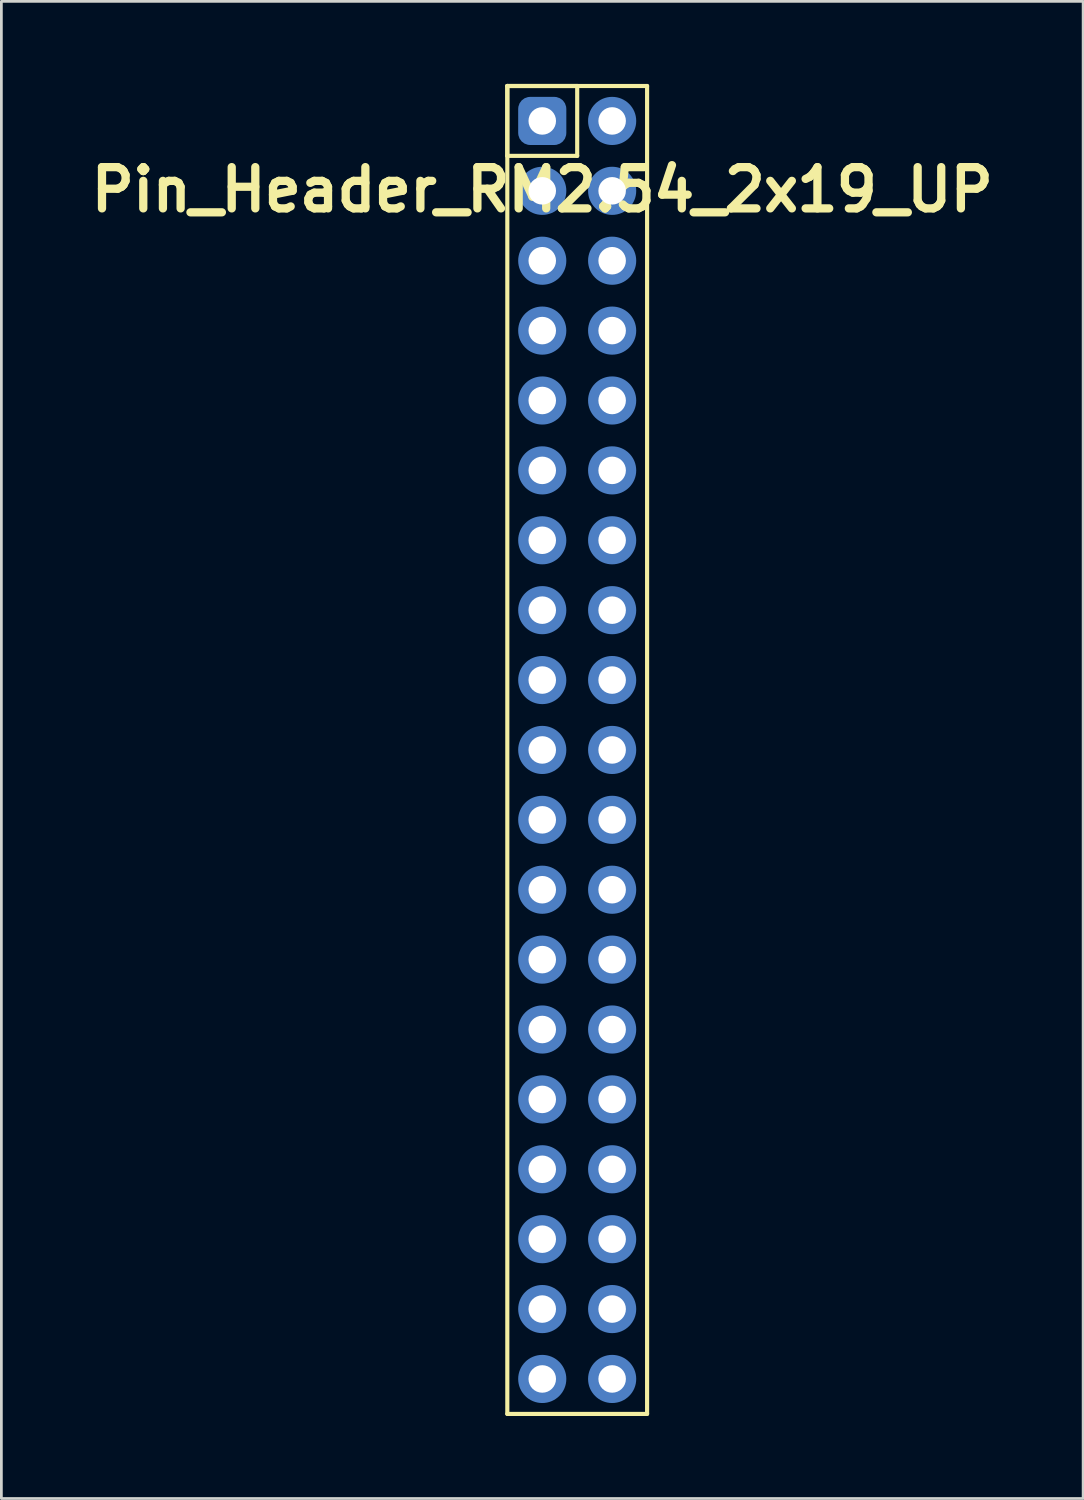
<source format=kicad_pcb>
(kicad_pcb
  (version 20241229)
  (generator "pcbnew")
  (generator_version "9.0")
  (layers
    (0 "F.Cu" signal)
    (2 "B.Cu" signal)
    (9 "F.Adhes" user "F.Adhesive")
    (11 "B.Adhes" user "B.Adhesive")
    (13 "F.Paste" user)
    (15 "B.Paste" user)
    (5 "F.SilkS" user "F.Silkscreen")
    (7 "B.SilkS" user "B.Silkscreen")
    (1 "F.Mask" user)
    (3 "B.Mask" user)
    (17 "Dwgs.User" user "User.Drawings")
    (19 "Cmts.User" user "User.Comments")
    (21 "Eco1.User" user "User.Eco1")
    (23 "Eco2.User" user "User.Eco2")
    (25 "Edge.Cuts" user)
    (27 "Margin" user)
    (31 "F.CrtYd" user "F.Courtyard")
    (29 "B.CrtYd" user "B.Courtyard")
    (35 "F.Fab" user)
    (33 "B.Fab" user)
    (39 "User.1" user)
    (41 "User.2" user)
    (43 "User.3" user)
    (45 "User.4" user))
  (footprint "Pin_Header_RM2.54_2x19_UP"
    (layer "F.Cu")
    (at 16.657 1.345)
    (property "Reference" "Pin_Header_RM2.54_2x19_UP" (at 0 2.5 0) (layer "F.SilkS") (effects (font (size 1.5 1.5) (thickness 0.3))))
    (attr through_hole)
    (fp_line (start -1.27 -1.27) (end 1.27 -1.27) (stroke (width 0.15) (type solid)) (layer "F.SilkS"))
    (fp_line (start -1.27 -1.27) (end 3.81 -1.27) (stroke (width 0.15) (type solid)) (layer "F.SilkS"))
    (fp_line (start -1.27 1.27) (end -1.27 -1.27) (stroke (width 0.15) (type solid)) (layer "F.SilkS"))
    (fp_line (start -1.27 46.99) (end -1.27 -1.27) (stroke (width 0.15) (type solid)) (layer "F.SilkS"))
    (fp_line (start 1.27 -1.27) (end 1.27 1.27) (stroke (width 0.15) (type solid)) (layer "F.SilkS"))
    (fp_line (start 1.27 1.27) (end -1.27 1.27) (stroke (width 0.15) (type solid)) (layer "F.SilkS"))
    (fp_line (start 3.81 -1.27) (end 3.81 46.99) (stroke (width 0.15) (type solid)) (layer "F.SilkS"))
    (fp_line (start 3.81 46.99) (end -1.27 46.99) (stroke (width 0.15) (type solid)) (layer "F.SilkS"))
    (pad "1" thru_hole circle (at 0 0) (size 1.3 1.3) (drill 1) (layers "*.Cu" "*.Mask"))
    (pad "1" smd roundrect (at 0 0) (size 1.5 1.5) (layers "F.Cu" "F.Mask") (roundrect_rratio 0.25))
    (pad "1" smd roundrect (at 0 0) (size 1.75 1.75) (layers "B.Cu" "B.Mask") (roundrect_rratio 0.25))
    (pad "2" thru_hole circle (at 2.54 0) (size 1.3 1.3) (drill 1) (layers "*.Cu" "*.Mask"))
    (pad "2" smd circle (at 2.54 0) (size 1.5 1.5) (layers "F.Cu" "F.Mask"))
    (pad "2" smd circle (at 2.54 0) (size 1.75 1.75) (layers "B.Cu" "B.Mask"))
    (pad "3" thru_hole circle (at 0 2.54) (size 1.3 1.3) (drill 1) (layers "*.Cu" "*.Mask"))
    (pad "3" smd circle (at 0 2.54) (size 1.5 1.5) (layers "F.Cu" "F.Mask"))
    (pad "3" smd circle (at 0 2.54) (size 1.75 1.75) (layers "B.Cu" "B.Mask"))
    (pad "4" thru_hole circle (at 2.54 2.54) (size 1.3 1.3) (drill 1) (layers "*.Cu" "*.Mask"))
    (pad "4" smd circle (at 2.54 2.54) (size 1.5 1.5) (layers "F.Cu" "F.Mask"))
    (pad "4" smd circle (at 2.54 2.54) (size 1.75 1.75) (layers "B.Cu" "B.Mask"))
    (pad "5" thru_hole circle (at 0 5.08) (size 1.3 1.3) (drill 1) (layers "*.Cu" "*.Mask"))
    (pad "5" smd circle (at 0 5.08) (size 1.5 1.5) (layers "F.Cu" "F.Mask"))
    (pad "5" smd circle (at 0 5.08) (size 1.75 1.75) (layers "B.Cu" "B.Mask"))
    (pad "6" thru_hole circle (at 2.54 5.08) (size 1.3 1.3) (drill 1) (layers "*.Cu" "*.Mask"))
    (pad "6" smd circle (at 2.54 5.08) (size 1.5 1.5) (layers "F.Cu" "F.Mask"))
    (pad "6" smd circle (at 2.54 5.08) (size 1.75 1.75) (layers "B.Cu" "B.Mask"))
    (pad "7" thru_hole circle (at 0 7.62) (size 1.3 1.3) (drill 1) (layers "*.Cu" "*.Mask"))
    (pad "7" smd circle (at 0 7.62) (size 1.5 1.5) (layers "F.Cu" "F.Mask"))
    (pad "7" smd circle (at 0 7.62) (size 1.75 1.75) (layers "B.Cu" "B.Mask"))
    (pad "8" thru_hole circle (at 2.54 7.62) (size 1.3 1.3) (drill 1) (layers "*.Cu" "*.Mask"))
    (pad "8" smd circle (at 2.54 7.62) (size 1.5 1.5) (layers "F.Cu" "F.Mask"))
    (pad "8" smd circle (at 2.54 7.62) (size 1.75 1.75) (layers "B.Cu" "B.Mask"))
    (pad "9" thru_hole circle (at 0 10.16) (size 1.3 1.3) (drill 1) (layers "*.Cu" "*.Mask"))
    (pad "9" smd circle (at 0 10.16) (size 1.5 1.5) (layers "F.Cu" "F.Mask"))
    (pad "9" smd circle (at 0 10.16) (size 1.75 1.75) (layers "B.Cu" "B.Mask"))
    (pad "10" thru_hole circle (at 2.54 10.16) (size 1.3 1.3) (drill 1) (layers "*.Cu" "*.Mask"))
    (pad "10" smd circle (at 2.54 10.16) (size 1.5 1.5) (layers "F.Cu" "F.Mask"))
    (pad "10" smd circle (at 2.54 10.16) (size 1.75 1.75) (layers "B.Cu" "B.Mask"))
    (pad "11" thru_hole circle (at 0 12.7) (size 1.3 1.3) (drill 1) (layers "*.Cu" "*.Mask"))
    (pad "11" smd circle (at 0 12.7) (size 1.5 1.5) (layers "F.Cu" "F.Mask"))
    (pad "11" smd circle (at 0 12.7) (size 1.75 1.75) (layers "B.Cu" "B.Mask"))
    (pad "12" thru_hole circle (at 2.54 12.7) (size 1.3 1.3) (drill 1) (layers "*.Cu" "*.Mask"))
    (pad "12" smd circle (at 2.54 12.7) (size 1.5 1.5) (layers "F.Cu" "F.Mask"))
    (pad "12" smd circle (at 2.54 12.7) (size 1.75 1.75) (layers "B.Cu" "B.Mask"))
    (pad "13" thru_hole circle (at 0 15.24) (size 1.3 1.3) (drill 1) (layers "*.Cu" "*.Mask"))
    (pad "13" smd circle (at 0 15.24) (size 1.5 1.5) (layers "F.Cu" "F.Mask"))
    (pad "13" smd circle (at 0 15.24) (size 1.75 1.75) (layers "B.Cu" "B.Mask"))
    (pad "14" thru_hole circle (at 2.54 15.24) (size 1.3 1.3) (drill 1) (layers "*.Cu" "*.Mask"))
    (pad "14" smd circle (at 2.54 15.24) (size 1.5 1.5) (layers "F.Cu" "F.Mask"))
    (pad "14" smd circle (at 2.54 15.24) (size 1.75 1.75) (layers "B.Cu" "B.Mask"))
    (pad "15" thru_hole circle (at 0 17.78) (size 1.3 1.3) (drill 1) (layers "*.Cu" "*.Mask"))
    (pad "15" smd circle (at 0 17.78) (size 1.5 1.5) (layers "F.Cu" "F.Mask"))
    (pad "15" smd circle (at 0 17.78) (size 1.75 1.75) (layers "B.Cu" "B.Mask"))
    (pad "16" thru_hole circle (at 2.54 17.78) (size 1.3 1.3) (drill 1) (layers "*.Cu" "*.Mask"))
    (pad "16" smd circle (at 2.54 17.78) (size 1.5 1.5) (layers "F.Cu" "F.Mask"))
    (pad "16" smd circle (at 2.54 17.78) (size 1.75 1.75) (layers "B.Cu" "B.Mask"))
    (pad "17" thru_hole circle (at 0 20.32) (size 1.3 1.3) (drill 1) (layers "*.Cu" "*.Mask"))
    (pad "17" smd circle (at 0 20.32) (size 1.5 1.5) (layers "F.Cu" "F.Mask"))
    (pad "17" smd circle (at 0 20.32) (size 1.75 1.75) (layers "B.Cu" "B.Mask"))
    (pad "18" thru_hole circle (at 2.54 20.32) (size 1.3 1.3) (drill 1) (layers "*.Cu" "*.Mask"))
    (pad "18" smd circle (at 2.54 20.32) (size 1.5 1.5) (layers "F.Cu" "F.Mask"))
    (pad "18" smd circle (at 2.54 20.32) (size 1.75 1.75) (layers "B.Cu" "B.Mask"))
    (pad "19" thru_hole circle (at 0 22.86) (size 1.3 1.3) (drill 1) (layers "*.Cu" "*.Mask"))
    (pad "19" smd circle (at 0 22.86) (size 1.5 1.5) (layers "F.Cu" "F.Mask"))
    (pad "19" smd circle (at 0 22.86) (size 1.75 1.75) (layers "B.Cu" "B.Mask"))
    (pad "20" thru_hole circle (at 2.54 22.86) (size 1.3 1.3) (drill 1) (layers "*.Cu" "*.Mask"))
    (pad "20" smd circle (at 2.54 22.86) (size 1.5 1.5) (layers "F.Cu" "F.Mask"))
    (pad "20" smd circle (at 2.54 22.86) (size 1.75 1.75) (layers "B.Cu" "B.Mask"))
    (pad "21" thru_hole circle (at 0 25.4) (size 1.3 1.3) (drill 1) (layers "*.Cu" "*.Mask"))
    (pad "21" smd circle (at 0 25.4) (size 1.5 1.5) (layers "F.Cu" "F.Mask"))
    (pad "21" smd circle (at 0 25.4) (size 1.75 1.75) (layers "B.Cu" "B.Mask"))
    (pad "22" thru_hole circle (at 2.54 25.4) (size 1.3 1.3) (drill 1) (layers "*.Cu" "*.Mask"))
    (pad "22" smd circle (at 2.54 25.4) (size 1.5 1.5) (layers "F.Cu" "F.Mask"))
    (pad "22" smd circle (at 2.54 25.4) (size 1.75 1.75) (layers "B.Cu" "B.Mask"))
    (pad "23" thru_hole circle (at 0 27.94) (size 1.3 1.3) (drill 1) (layers "*.Cu" "*.Mask"))
    (pad "23" smd circle (at 0 27.94) (size 1.5 1.5) (layers "F.Cu" "F.Mask"))
    (pad "23" smd circle (at 0 27.94) (size 1.75 1.75) (layers "B.Cu" "B.Mask"))
    (pad "24" thru_hole circle (at 2.54 27.94) (size 1.3 1.3) (drill 1) (layers "*.Cu" "*.Mask"))
    (pad "24" smd circle (at 2.54 27.94) (size 1.5 1.5) (layers "F.Cu" "F.Mask"))
    (pad "24" smd circle (at 2.54 27.94) (size 1.75 1.75) (layers "B.Cu" "B.Mask"))
    (pad "25" thru_hole circle (at 0 30.48) (size 1.3 1.3) (drill 1) (layers "*.Cu" "*.Mask"))
    (pad "25" smd circle (at 0 30.48) (size 1.5 1.5) (layers "F.Cu" "F.Mask"))
    (pad "25" smd circle (at 0 30.48) (size 1.75 1.75) (layers "B.Cu" "B.Mask"))
    (pad "26" thru_hole circle (at 2.54 30.48) (size 1.3 1.3) (drill 1) (layers "*.Cu" "*.Mask"))
    (pad "26" smd circle (at 2.54 30.48) (size 1.5 1.5) (layers "F.Cu" "F.Mask"))
    (pad "26" smd circle (at 2.54 30.48) (size 1.75 1.75) (layers "B.Cu" "B.Mask"))
    (pad "27" thru_hole circle (at 0 33.02) (size 1.3 1.3) (drill 1) (layers "*.Cu" "*.Mask"))
    (pad "27" smd circle (at 0 33.02) (size 1.5 1.5) (layers "F.Cu" "F.Mask"))
    (pad "27" smd circle (at 0 33.02) (size 1.75 1.75) (layers "B.Cu" "B.Mask"))
    (pad "28" thru_hole circle (at 2.54 33.02) (size 1.3 1.3) (drill 1) (layers "*.Cu" "*.Mask"))
    (pad "28" smd circle (at 2.54 33.02) (size 1.5 1.5) (layers "F.Cu" "F.Mask"))
    (pad "28" smd circle (at 2.54 33.02) (size 1.75 1.75) (layers "B.Cu" "B.Mask"))
    (pad "29" thru_hole circle (at 0 35.56) (size 1.3 1.3) (drill 1) (layers "*.Cu" "*.Mask"))
    (pad "29" smd circle (at 0 35.56) (size 1.5 1.5) (layers "F.Cu" "F.Mask"))
    (pad "29" smd circle (at 0 35.56) (size 1.75 1.75) (layers "B.Cu" "B.Mask"))
    (pad "30" thru_hole circle (at 2.54 35.56) (size 1.3 1.3) (drill 1) (layers "*.Cu" "*.Mask"))
    (pad "30" smd circle (at 2.54 35.56) (size 1.5 1.5) (layers "F.Cu" "F.Mask"))
    (pad "30" smd circle (at 2.54 35.56) (size 1.75 1.75) (layers "B.Cu" "B.Mask"))
    (pad "31" thru_hole circle (at 0 38.1) (size 1.3 1.3) (drill 1) (layers "*.Cu" "*.Mask"))
    (pad "31" smd circle (at 0 38.1) (size 1.5 1.5) (layers "F.Cu" "F.Mask"))
    (pad "31" smd circle (at 0 38.1) (size 1.75 1.75) (layers "B.Cu" "B.Mask"))
    (pad "32" thru_hole circle (at 2.54 38.1) (size 1.3 1.3) (drill 1) (layers "*.Cu" "*.Mask"))
    (pad "32" smd circle (at 2.54 38.1) (size 1.5 1.5) (layers "F.Cu" "F.Mask"))
    (pad "32" smd circle (at 2.54 38.1) (size 1.75 1.75) (layers "B.Cu" "B.Mask"))
    (pad "33" thru_hole circle (at 0 40.64) (size 1.3 1.3) (drill 1) (layers "*.Cu" "*.Mask"))
    (pad "33" smd circle (at 0 40.64) (size 1.5 1.5) (layers "F.Cu" "F.Mask"))
    (pad "33" smd circle (at 0 40.64) (size 1.75 1.75) (layers "B.Cu" "B.Mask"))
    (pad "34" thru_hole circle (at 2.54 40.64) (size 1.3 1.3) (drill 1) (layers "*.Cu" "*.Mask"))
    (pad "34" smd circle (at 2.54 40.64) (size 1.5 1.5) (layers "F.Cu" "F.Mask"))
    (pad "34" smd circle (at 2.54 40.64) (size 1.75 1.75) (layers "B.Cu" "B.Mask"))
    (pad "35" thru_hole circle (at 0 43.18) (size 1.3 1.3) (drill 1) (layers "*.Cu" "*.Mask"))
    (pad "35" smd circle (at 0 43.18) (size 1.5 1.5) (layers "F.Cu" "F.Mask"))
    (pad "35" smd circle (at 0 43.18) (size 1.75 1.75) (layers "B.Cu" "B.Mask"))
    (pad "36" thru_hole circle (at 2.54 43.18) (size 1.3 1.3) (drill 1) (layers "*.Cu" "*.Mask"))
    (pad "36" smd circle (at 2.54 43.18) (size 1.5 1.5) (layers "F.Cu" "F.Mask"))
    (pad "36" smd circle (at 2.54 43.18) (size 1.75 1.75) (layers "B.Cu" "B.Mask"))
    (pad "37" thru_hole circle (at 0 45.72) (size 1.3 1.3) (drill 1) (layers "*.Cu" "*.Mask"))
    (pad "37" smd circle (at 0 45.72) (size 1.5 1.5) (layers "F.Cu" "F.Mask"))
    (pad "37" smd circle (at 0 45.72) (size 1.75 1.75) (layers "B.Cu" "B.Mask"))
    (pad "38" thru_hole circle (at 2.54 45.72) (size 1.3 1.3) (drill 1) (layers "*.Cu" "*.Mask"))
    (pad "38" smd circle (at 2.54 45.72) (size 1.5 1.5) (layers "F.Cu" "F.Mask"))
    (pad "38" smd circle (at 2.54 45.72) (size 1.75 1.75) (layers "B.Cu" "B.Mask")))
  (gr_rect
    (start -3 -3)
    (end 36.314 51.41)
    (stroke (width 0.1) (type default))
    (fill no)
    (layer "Edge.Cuts")))
</source>
